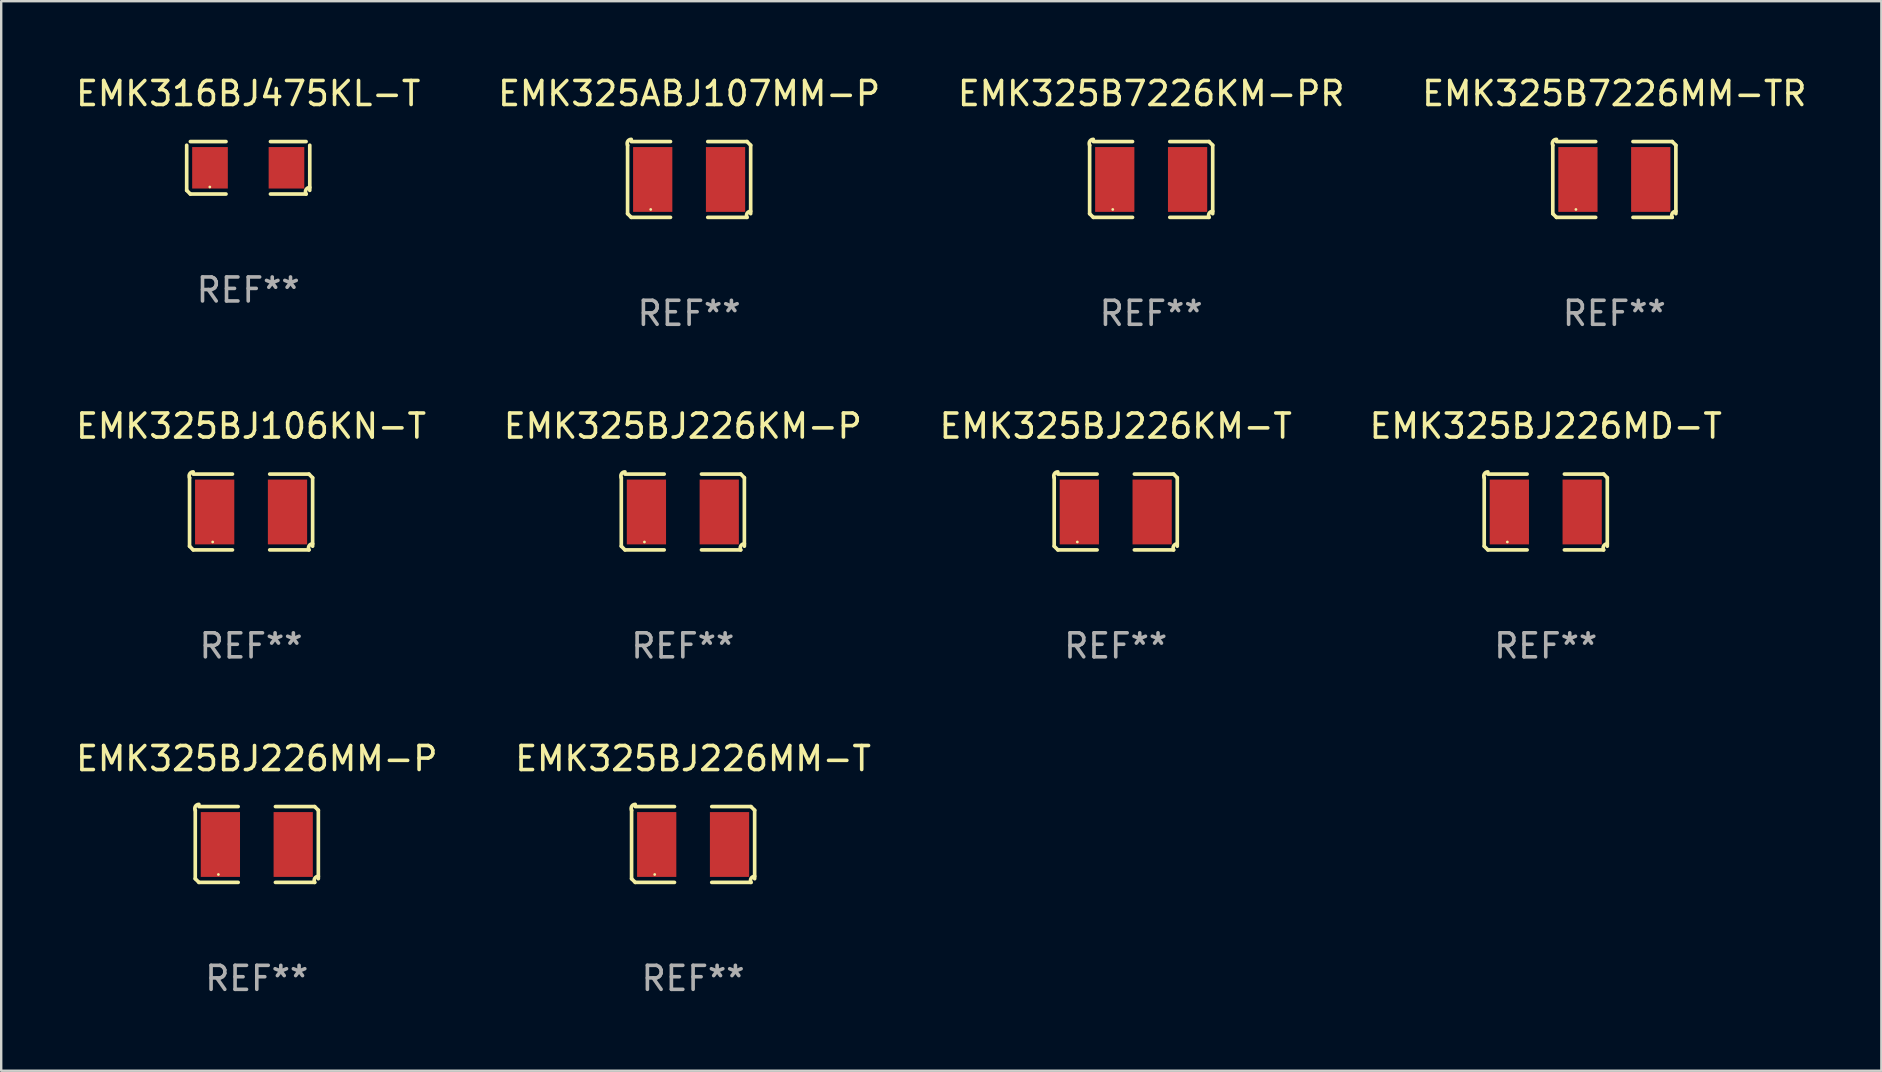
<source format=kicad_pcb>
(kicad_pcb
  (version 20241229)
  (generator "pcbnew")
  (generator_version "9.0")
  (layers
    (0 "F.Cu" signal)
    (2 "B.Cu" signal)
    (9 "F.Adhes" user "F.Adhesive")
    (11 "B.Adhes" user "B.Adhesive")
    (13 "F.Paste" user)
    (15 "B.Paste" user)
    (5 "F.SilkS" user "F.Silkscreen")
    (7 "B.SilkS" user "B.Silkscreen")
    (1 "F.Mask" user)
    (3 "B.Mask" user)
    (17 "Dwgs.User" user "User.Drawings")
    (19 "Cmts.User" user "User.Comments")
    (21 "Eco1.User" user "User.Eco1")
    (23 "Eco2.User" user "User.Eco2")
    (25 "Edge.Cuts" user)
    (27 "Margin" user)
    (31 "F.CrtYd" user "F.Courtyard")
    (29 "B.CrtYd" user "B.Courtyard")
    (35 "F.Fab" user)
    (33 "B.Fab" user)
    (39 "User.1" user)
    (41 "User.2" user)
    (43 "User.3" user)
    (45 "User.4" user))
  (footprint "EMK325BJ226MD-T"
    (layer "F.Cu")
    (at 61.351 18.281)
    (property "Reference" "EMK325BJ226MD-T" (at 0 -3.579 0) (layer "F.SilkS") (effects (font (size 1 1) (thickness 0.15))))
    (attr through_hole)
    (fp_line (start -2.564 1.426) (end -2.564 -1.426) (stroke (width 0.152) (type solid)) (layer "F.SilkS"))
    (fp_line (start -2.411 -1.579) (end -0.776 -1.579) (stroke (width 0.152) (type solid)) (layer "F.SilkS"))
    (fp_line (start -0.776 1.579) (end -2.411 1.579) (stroke (width 0.152) (type solid)) (layer "F.SilkS"))
    (fp_line (start 0.776 1.579) (end 2.411 1.579) (stroke (width 0.152) (type solid)) (layer "F.SilkS"))
    (fp_line (start 2.411 -1.579) (end 0.776 -1.579) (stroke (width 0.152) (type solid)) (layer "F.SilkS"))
    (fp_line (start 2.564 1.426) (end 2.564 -1.426) (stroke (width 0.152) (type solid)) (layer "F.SilkS"))
    (fp_arc (start -2.563602 -1.426213) (mid -2.555597 -1.591233) (end -2.411201 -1.671518) (stroke (width 0.1524) (type solid)) (layer "F.SilkS"))
    (fp_arc (start -2.5636 1.426214) (mid -2.487389 1.502402) (end -2.411201 1.578613) (stroke (width 0.1524) (type solid)) (layer "F.SilkS"))
    (fp_arc (start 2.411197 -1.578618) (mid 2.487403 -1.502419) (end 2.563602 -1.426213) (stroke (width 0.1524) (type solid)) (layer "F.SilkS"))
    (fp_arc (start 2.411201 1.578613) (mid 2.416214 1.409455) (end 2.563602 1.32629) (stroke (width 0.1524) (type solid)) (layer "F.SilkS"))
    (fp_circle (center -1.6 1.25) (end -1.57 1.25) (stroke (width 0.06) (type solid)) (fill no) (layer "F.SilkS"))
    (fp_text user "REF**" (at 0 5.579 0) (layer "F.Fab") (effects (font (size 1 1) (thickness 0.15))))
    (pad "1" smd rect (at -1.517 0) (size 1.635 2.7) (layers "F.Cu" "F.Mask" "F.Paste"))
    (pad "2" smd rect (at 1.517 0) (size 1.635 2.7) (layers "F.Cu" "F.Mask" "F.Paste")))
  (footprint "EMK325BJ226MM-T"
    (layer "F.Cu")
    (at 25.827 32.134)
    (property "Reference" "EMK325BJ226MM-T" (at 0 -3.579 0) (layer "F.SilkS") (effects (font (size 1 1) (thickness 0.15))))
    (attr through_hole)
    (fp_line (start -2.564 1.426) (end -2.564 -1.426) (stroke (width 0.152) (type solid)) (layer "F.SilkS"))
    (fp_line (start -2.411 -1.579) (end -0.776 -1.579) (stroke (width 0.152) (type solid)) (layer "F.SilkS"))
    (fp_line (start -0.776 1.579) (end -2.411 1.579) (stroke (width 0.152) (type solid)) (layer "F.SilkS"))
    (fp_line (start 0.776 1.579) (end 2.411 1.579) (stroke (width 0.152) (type solid)) (layer "F.SilkS"))
    (fp_line (start 2.411 -1.579) (end 0.776 -1.579) (stroke (width 0.152) (type solid)) (layer "F.SilkS"))
    (fp_line (start 2.564 1.426) (end 2.564 -1.426) (stroke (width 0.152) (type solid)) (layer "F.SilkS"))
    (fp_arc (start -2.563602 -1.426213) (mid -2.555597 -1.591233) (end -2.411201 -1.671518) (stroke (width 0.1524) (type solid)) (layer "F.SilkS"))
    (fp_arc (start -2.5636 1.426214) (mid -2.487389 1.502402) (end -2.411201 1.578613) (stroke (width 0.1524) (type solid)) (layer "F.SilkS"))
    (fp_arc (start 2.411197 -1.578618) (mid 2.487403 -1.502419) (end 2.563602 -1.426213) (stroke (width 0.1524) (type solid)) (layer "F.SilkS"))
    (fp_arc (start 2.411201 1.578613) (mid 2.416214 1.409455) (end 2.563602 1.32629) (stroke (width 0.1524) (type solid)) (layer "F.SilkS"))
    (fp_circle (center -1.6 1.25) (end -1.57 1.25) (stroke (width 0.06) (type solid)) (fill no) (layer "F.SilkS"))
    (fp_text user "REF**" (at 0 5.579 0) (layer "F.Fab") (effects (font (size 1 1) (thickness 0.15))))
    (pad "1" smd rect (at -1.517 0) (size 1.635 2.7) (layers "F.Cu" "F.Mask" "F.Paste"))
    (pad "2" smd rect (at 1.517 0) (size 1.635 2.7) (layers "F.Cu" "F.Mask" "F.Paste")))
  (footprint "EMK316BJ475KL-T"
    (layer "F.Cu")
    (at 7.292 3.941)
    (property "Reference" "EMK316BJ475KL-T" (at 0 -3.093 0) (layer "F.SilkS") (effects (font (size 1 1) (thickness 0.15))))
    (attr through_hole)
    (fp_line (start -2.564 0.94) (end -2.564 -0.94) (stroke (width 0.152) (type solid)) (layer "F.SilkS"))
    (fp_line (start -2.411 -1.093) (end -0.926 -1.093) (stroke (width 0.152) (type solid)) (layer "F.SilkS"))
    (fp_line (start -0.926 1.093) (end -2.411 1.093) (stroke (width 0.152) (type solid)) (layer "F.SilkS"))
    (fp_line (start 0.926 1.093) (end 2.411 1.093) (stroke (width 0.152) (type solid)) (layer "F.SilkS"))
    (fp_line (start 2.411 -1.093) (end 0.926 -1.093) (stroke (width 0.152) (type solid)) (layer "F.SilkS"))
    (fp_line (start 2.564 0.94) (end 2.564 -0.94) (stroke (width 0.152) (type solid)) (layer "F.SilkS"))
    (fp_arc (start -2.411201 1.092609) (mid -2.487413 1.01642) (end -2.563602 0.940208) (stroke (width 0.1524) (type solid)) (layer "F.SilkS"))
    (fp_arc (start 2.411201 1.092609) (mid 2.407159 0.911226) (end 2.563602 0.819347) (stroke (width 0.1524) (type solid)) (layer "F.SilkS"))
    (fp_circle (center -1.6 0.8) (end -1.57 0.8) (stroke (width 0.06) (type solid)) (fill no) (layer "F.SilkS"))
    (fp_text user "REF**" (at 0 5.093 0) (layer "F.Fab") (effects (font (size 1 1) (thickness 0.15))))
    (pad "1" smd rect (at -1.593 0) (size 1.485 1.728) (layers "F.Cu" "F.Mask" "F.Paste"))
    (pad "2" smd rect (at 1.593 0) (size 1.485 1.728) (layers "F.Cu" "F.Mask" "F.Paste")))
  (footprint "EMK325BJ226KM-T"
    (layer "F.Cu")
    (at 43.435 18.281)
    (property "Reference" "EMK325BJ226KM-T" (at 0 -3.579 0) (layer "F.SilkS") (effects (font (size 1 1) (thickness 0.15))))
    (attr through_hole)
    (fp_line (start -2.564 1.426) (end -2.564 -1.426) (stroke (width 0.152) (type solid)) (layer "F.SilkS"))
    (fp_line (start -2.411 -1.579) (end -0.776 -1.579) (stroke (width 0.152) (type solid)) (layer "F.SilkS"))
    (fp_line (start -0.776 1.579) (end -2.411 1.579) (stroke (width 0.152) (type solid)) (layer "F.SilkS"))
    (fp_line (start 0.776 1.579) (end 2.411 1.579) (stroke (width 0.152) (type solid)) (layer "F.SilkS"))
    (fp_line (start 2.411 -1.579) (end 0.776 -1.579) (stroke (width 0.152) (type solid)) (layer "F.SilkS"))
    (fp_line (start 2.564 1.426) (end 2.564 -1.426) (stroke (width 0.152) (type solid)) (layer "F.SilkS"))
    (fp_arc (start -2.563602 -1.426213) (mid -2.555597 -1.591233) (end -2.411201 -1.671518) (stroke (width 0.1524) (type solid)) (layer "F.SilkS"))
    (fp_arc (start -2.5636 1.426214) (mid -2.487389 1.502402) (end -2.411201 1.578613) (stroke (width 0.1524) (type solid)) (layer "F.SilkS"))
    (fp_arc (start 2.411197 -1.578618) (mid 2.487403 -1.502419) (end 2.563602 -1.426213) (stroke (width 0.1524) (type solid)) (layer "F.SilkS"))
    (fp_arc (start 2.411201 1.578613) (mid 2.416214 1.409455) (end 2.563602 1.32629) (stroke (width 0.1524) (type solid)) (layer "F.SilkS"))
    (fp_circle (center -1.6 1.25) (end -1.57 1.25) (stroke (width 0.06) (type solid)) (fill no) (layer "F.SilkS"))
    (fp_text user "REF**" (at 0 5.579 0) (layer "F.Fab") (effects (font (size 1 1) (thickness 0.15))))
    (pad "1" smd rect (at -1.517 0) (size 1.635 2.7) (layers "F.Cu" "F.Mask" "F.Paste"))
    (pad "2" smd rect (at 1.517 0) (size 1.635 2.7) (layers "F.Cu" "F.Mask" "F.Paste")))
  (footprint "EMK325BJ106KN-T"
    (layer "F.Cu")
    (at 7.411 18.281)
    (property "Reference" "EMK325BJ106KN-T" (at 0 -3.579 0) (layer "F.SilkS") (effects (font (size 1 1) (thickness 0.15))))
    (attr through_hole)
    (fp_line (start -2.564 1.426) (end -2.564 -1.426) (stroke (width 0.152) (type solid)) (layer "F.SilkS"))
    (fp_line (start -2.411 -1.579) (end -0.776 -1.579) (stroke (width 0.152) (type solid)) (layer "F.SilkS"))
    (fp_line (start -0.776 1.579) (end -2.411 1.579) (stroke (width 0.152) (type solid)) (layer "F.SilkS"))
    (fp_line (start 0.776 1.579) (end 2.411 1.579) (stroke (width 0.152) (type solid)) (layer "F.SilkS"))
    (fp_line (start 2.411 -1.579) (end 0.776 -1.579) (stroke (width 0.152) (type solid)) (layer "F.SilkS"))
    (fp_line (start 2.564 1.426) (end 2.564 -1.426) (stroke (width 0.152) (type solid)) (layer "F.SilkS"))
    (fp_arc (start -2.563602 -1.426213) (mid -2.555597 -1.591233) (end -2.411201 -1.671518) (stroke (width 0.1524) (type solid)) (layer "F.SilkS"))
    (fp_arc (start -2.5636 1.426214) (mid -2.487389 1.502402) (end -2.411201 1.578613) (stroke (width 0.1524) (type solid)) (layer "F.SilkS"))
    (fp_arc (start 2.411197 -1.578618) (mid 2.487403 -1.502419) (end 2.563602 -1.426213) (stroke (width 0.1524) (type solid)) (layer "F.SilkS"))
    (fp_arc (start 2.411201 1.578613) (mid 2.416214 1.409455) (end 2.563602 1.32629) (stroke (width 0.1524) (type solid)) (layer "F.SilkS"))
    (fp_circle (center -1.6 1.25) (end -1.57 1.25) (stroke (width 0.06) (type solid)) (fill no) (layer "F.SilkS"))
    (fp_text user "REF**" (at 0 5.579 0) (layer "F.Fab") (effects (font (size 1 1) (thickness 0.15))))
    (pad "1" smd rect (at -1.517 0) (size 1.635 2.7) (layers "F.Cu" "F.Mask" "F.Paste"))
    (pad "2" smd rect (at 1.517 0) (size 1.635 2.7) (layers "F.Cu" "F.Mask" "F.Paste")))
  (footprint "EMK325B7226KM-PR"
    (layer "F.Cu")
    (at 44.911 4.427)
    (property "Reference" "EMK325B7226KM-PR" (at 0 -3.579 0) (layer "F.SilkS") (effects (font (size 1 1) (thickness 0.15))))
    (attr through_hole)
    (fp_line (start -2.564 1.426) (end -2.564 -1.426) (stroke (width 0.152) (type solid)) (layer "F.SilkS"))
    (fp_line (start -2.411 -1.579) (end -0.776 -1.579) (stroke (width 0.152) (type solid)) (layer "F.SilkS"))
    (fp_line (start -0.776 1.579) (end -2.411 1.579) (stroke (width 0.152) (type solid)) (layer "F.SilkS"))
    (fp_line (start 0.776 1.579) (end 2.411 1.579) (stroke (width 0.152) (type solid)) (layer "F.SilkS"))
    (fp_line (start 2.411 -1.579) (end 0.776 -1.579) (stroke (width 0.152) (type solid)) (layer "F.SilkS"))
    (fp_line (start 2.564 1.426) (end 2.564 -1.426) (stroke (width 0.152) (type solid)) (layer "F.SilkS"))
    (fp_arc (start -2.563602 -1.426213) (mid -2.555597 -1.591233) (end -2.411201 -1.671518) (stroke (width 0.1524) (type solid)) (layer "F.SilkS"))
    (fp_arc (start -2.5636 1.426214) (mid -2.487389 1.502402) (end -2.411201 1.578613) (stroke (width 0.1524) (type solid)) (layer "F.SilkS"))
    (fp_arc (start 2.411197 -1.578618) (mid 2.487403 -1.502419) (end 2.563602 -1.426213) (stroke (width 0.1524) (type solid)) (layer "F.SilkS"))
    (fp_arc (start 2.411201 1.578613) (mid 2.416214 1.409455) (end 2.563602 1.32629) (stroke (width 0.1524) (type solid)) (layer "F.SilkS"))
    (fp_circle (center -1.6 1.25) (end -1.57 1.25) (stroke (width 0.06) (type solid)) (fill no) (layer "F.SilkS"))
    (fp_text user "REF**" (at 0 5.579 0) (layer "F.Fab") (effects (font (size 1 1) (thickness 0.15))))
    (pad "1" smd rect (at -1.517 0) (size 1.635 2.7) (layers "F.Cu" "F.Mask" "F.Paste"))
    (pad "2" smd rect (at 1.517 0) (size 1.635 2.7) (layers "F.Cu" "F.Mask" "F.Paste")))
  (footprint "EMK325BJ226KM-P"
    (layer "F.Cu")
    (at 25.399 18.281)
    (property "Reference" "EMK325BJ226KM-P" (at 0 -3.579 0) (layer "F.SilkS") (effects (font (size 1 1) (thickness 0.15))))
    (attr through_hole)
    (fp_line (start -2.564 1.426) (end -2.564 -1.426) (stroke (width 0.152) (type solid)) (layer "F.SilkS"))
    (fp_line (start -2.411 -1.579) (end -0.776 -1.579) (stroke (width 0.152) (type solid)) (layer "F.SilkS"))
    (fp_line (start -0.776 1.579) (end -2.411 1.579) (stroke (width 0.152) (type solid)) (layer "F.SilkS"))
    (fp_line (start 0.776 1.579) (end 2.411 1.579) (stroke (width 0.152) (type solid)) (layer "F.SilkS"))
    (fp_line (start 2.411 -1.579) (end 0.776 -1.579) (stroke (width 0.152) (type solid)) (layer "F.SilkS"))
    (fp_line (start 2.564 1.426) (end 2.564 -1.426) (stroke (width 0.152) (type solid)) (layer "F.SilkS"))
    (fp_arc (start -2.563602 -1.426213) (mid -2.555597 -1.591233) (end -2.411201 -1.671518) (stroke (width 0.1524) (type solid)) (layer "F.SilkS"))
    (fp_arc (start -2.5636 1.426214) (mid -2.487389 1.502402) (end -2.411201 1.578613) (stroke (width 0.1524) (type solid)) (layer "F.SilkS"))
    (fp_arc (start 2.411197 -1.578618) (mid 2.487403 -1.502419) (end 2.563602 -1.426213) (stroke (width 0.1524) (type solid)) (layer "F.SilkS"))
    (fp_arc (start 2.411201 1.578613) (mid 2.416214 1.409455) (end 2.563602 1.32629) (stroke (width 0.1524) (type solid)) (layer "F.SilkS"))
    (fp_circle (center -1.6 1.25) (end -1.57 1.25) (stroke (width 0.06) (type solid)) (fill no) (layer "F.SilkS"))
    (fp_text user "REF**" (at 0 5.579 0) (layer "F.Fab") (effects (font (size 1 1) (thickness 0.15))))
    (pad "1" smd rect (at -1.517 0) (size 1.635 2.7) (layers "F.Cu" "F.Mask" "F.Paste"))
    (pad "2" smd rect (at 1.517 0) (size 1.635 2.7) (layers "F.Cu" "F.Mask" "F.Paste")))
  (footprint "EMK325ABJ107MM-P"
    (layer "F.Cu")
    (at 25.661 4.427)
    (property "Reference" "EMK325ABJ107MM-P" (at 0 -3.579 0) (layer "F.SilkS") (effects (font (size 1 1) (thickness 0.15))))
    (attr through_hole)
    (fp_line (start -2.564 1.426) (end -2.564 -1.426) (stroke (width 0.152) (type solid)) (layer "F.SilkS"))
    (fp_line (start -2.411 -1.579) (end -0.776 -1.579) (stroke (width 0.152) (type solid)) (layer "F.SilkS"))
    (fp_line (start -0.776 1.579) (end -2.411 1.579) (stroke (width 0.152) (type solid)) (layer "F.SilkS"))
    (fp_line (start 0.776 1.579) (end 2.411 1.579) (stroke (width 0.152) (type solid)) (layer "F.SilkS"))
    (fp_line (start 2.411 -1.579) (end 0.776 -1.579) (stroke (width 0.152) (type solid)) (layer "F.SilkS"))
    (fp_line (start 2.564 1.426) (end 2.564 -1.426) (stroke (width 0.152) (type solid)) (layer "F.SilkS"))
    (fp_arc (start -2.563602 -1.426213) (mid -2.555597 -1.591233) (end -2.411201 -1.671518) (stroke (width 0.1524) (type solid)) (layer "F.SilkS"))
    (fp_arc (start -2.5636 1.426214) (mid -2.487389 1.502402) (end -2.411201 1.578613) (stroke (width 0.1524) (type solid)) (layer "F.SilkS"))
    (fp_arc (start 2.411197 -1.578618) (mid 2.487403 -1.502419) (end 2.563602 -1.426213) (stroke (width 0.1524) (type solid)) (layer "F.SilkS"))
    (fp_arc (start 2.411201 1.578613) (mid 2.416214 1.409455) (end 2.563602 1.32629) (stroke (width 0.1524) (type solid)) (layer "F.SilkS"))
    (fp_circle (center -1.6 1.25) (end -1.57 1.25) (stroke (width 0.06) (type solid)) (fill no) (layer "F.SilkS"))
    (fp_text user "REF**" (at 0 5.579 0) (layer "F.Fab") (effects (font (size 1 1) (thickness 0.15))))
    (pad "1" smd rect (at -1.517 0) (size 1.635 2.7) (layers "F.Cu" "F.Mask" "F.Paste"))
    (pad "2" smd rect (at 1.517 0) (size 1.635 2.7) (layers "F.Cu" "F.Mask" "F.Paste")))
  (footprint "EMK325BJ226MM-P"
    (layer "F.Cu")
    (at 7.649 32.134)
    (property "Reference" "EMK325BJ226MM-P" (at 0 -3.579 0) (layer "F.SilkS") (effects (font (size 1 1) (thickness 0.15))))
    (attr through_hole)
    (fp_line (start -2.564 1.426) (end -2.564 -1.426) (stroke (width 0.152) (type solid)) (layer "F.SilkS"))
    (fp_line (start -2.411 -1.579) (end -0.776 -1.579) (stroke (width 0.152) (type solid)) (layer "F.SilkS"))
    (fp_line (start -0.776 1.579) (end -2.411 1.579) (stroke (width 0.152) (type solid)) (layer "F.SilkS"))
    (fp_line (start 0.776 1.579) (end 2.411 1.579) (stroke (width 0.152) (type solid)) (layer "F.SilkS"))
    (fp_line (start 2.411 -1.579) (end 0.776 -1.579) (stroke (width 0.152) (type solid)) (layer "F.SilkS"))
    (fp_line (start 2.564 1.426) (end 2.564 -1.426) (stroke (width 0.152) (type solid)) (layer "F.SilkS"))
    (fp_arc (start -2.563602 -1.426213) (mid -2.555597 -1.591233) (end -2.411201 -1.671518) (stroke (width 0.1524) (type solid)) (layer "F.SilkS"))
    (fp_arc (start -2.5636 1.426214) (mid -2.487389 1.502402) (end -2.411201 1.578613) (stroke (width 0.1524) (type solid)) (layer "F.SilkS"))
    (fp_arc (start 2.411197 -1.578618) (mid 2.487403 -1.502419) (end 2.563602 -1.426213) (stroke (width 0.1524) (type solid)) (layer "F.SilkS"))
    (fp_arc (start 2.411201 1.578613) (mid 2.416214 1.409455) (end 2.563602 1.32629) (stroke (width 0.1524) (type solid)) (layer "F.SilkS"))
    (fp_circle (center -1.6 1.25) (end -1.57 1.25) (stroke (width 0.06) (type solid)) (fill no) (layer "F.SilkS"))
    (fp_text user "REF**" (at 0 5.579 0) (layer "F.Fab") (effects (font (size 1 1) (thickness 0.15))))
    (pad "1" smd rect (at -1.517 0) (size 1.635 2.7) (layers "F.Cu" "F.Mask" "F.Paste"))
    (pad "2" smd rect (at 1.517 0) (size 1.635 2.7) (layers "F.Cu" "F.Mask" "F.Paste")))
  (footprint "EMK325B7226MM-TR"
    (layer "F.Cu")
    (at 64.208 4.427)
    (property "Reference" "EMK325B7226MM-TR" (at 0 -3.579 0) (layer "F.SilkS") (effects (font (size 1 1) (thickness 0.15))))
    (attr through_hole)
    (fp_line (start -2.564 1.426) (end -2.564 -1.426) (stroke (width 0.152) (type solid)) (layer "F.SilkS"))
    (fp_line (start -2.411 -1.579) (end -0.776 -1.579) (stroke (width 0.152) (type solid)) (layer "F.SilkS"))
    (fp_line (start -0.776 1.579) (end -2.411 1.579) (stroke (width 0.152) (type solid)) (layer "F.SilkS"))
    (fp_line (start 0.776 1.579) (end 2.411 1.579) (stroke (width 0.152) (type solid)) (layer "F.SilkS"))
    (fp_line (start 2.411 -1.579) (end 0.776 -1.579) (stroke (width 0.152) (type solid)) (layer "F.SilkS"))
    (fp_line (start 2.564 1.426) (end 2.564 -1.426) (stroke (width 0.152) (type solid)) (layer "F.SilkS"))
    (fp_arc (start -2.563602 -1.426213) (mid -2.555597 -1.591233) (end -2.411201 -1.671518) (stroke (width 0.1524) (type solid)) (layer "F.SilkS"))
    (fp_arc (start -2.5636 1.426214) (mid -2.487389 1.502402) (end -2.411201 1.578613) (stroke (width 0.1524) (type solid)) (layer "F.SilkS"))
    (fp_arc (start 2.411197 -1.578618) (mid 2.487403 -1.502419) (end 2.563602 -1.426213) (stroke (width 0.1524) (type solid)) (layer "F.SilkS"))
    (fp_arc (start 2.411201 1.578613) (mid 2.416214 1.409455) (end 2.563602 1.32629) (stroke (width 0.1524) (type solid)) (layer "F.SilkS"))
    (fp_circle (center -1.6 1.25) (end -1.57 1.25) (stroke (width 0.06) (type solid)) (fill no) (layer "F.SilkS"))
    (fp_text user "REF**" (at 0 5.579 0) (layer "F.Fab") (effects (font (size 1 1) (thickness 0.15))))
    (pad "1" smd rect (at -1.517 0) (size 1.635 2.7) (layers "F.Cu" "F.Mask" "F.Paste"))
    (pad "2" smd rect (at 1.517 0) (size 1.635 2.7) (layers "F.Cu" "F.Mask" "F.Paste")))
  (gr_rect
    (start -3 -3)
    (end 75.333 41.561)
    (stroke (width 0.1) (type default))
    (fill no)
    (layer "Edge.Cuts")))
</source>
